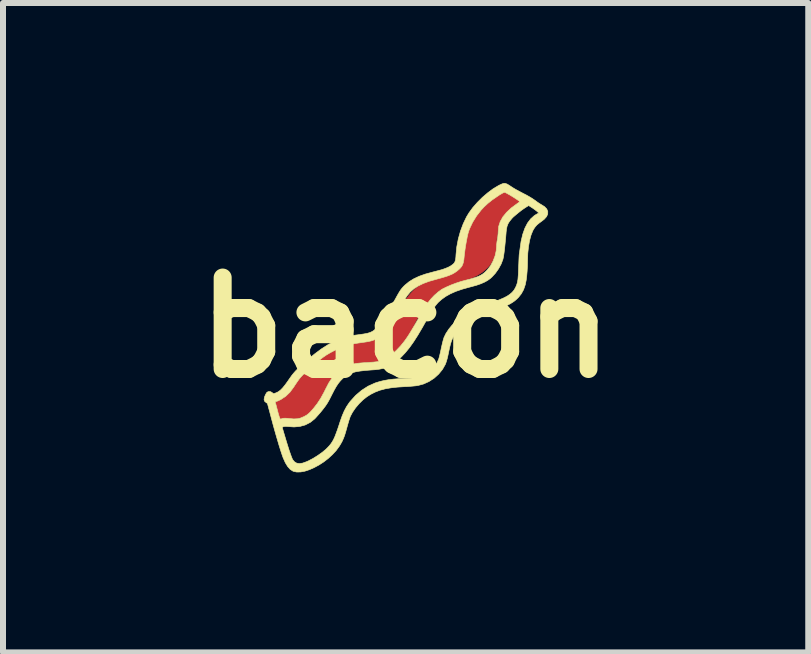
<source format=kicad_pcb>
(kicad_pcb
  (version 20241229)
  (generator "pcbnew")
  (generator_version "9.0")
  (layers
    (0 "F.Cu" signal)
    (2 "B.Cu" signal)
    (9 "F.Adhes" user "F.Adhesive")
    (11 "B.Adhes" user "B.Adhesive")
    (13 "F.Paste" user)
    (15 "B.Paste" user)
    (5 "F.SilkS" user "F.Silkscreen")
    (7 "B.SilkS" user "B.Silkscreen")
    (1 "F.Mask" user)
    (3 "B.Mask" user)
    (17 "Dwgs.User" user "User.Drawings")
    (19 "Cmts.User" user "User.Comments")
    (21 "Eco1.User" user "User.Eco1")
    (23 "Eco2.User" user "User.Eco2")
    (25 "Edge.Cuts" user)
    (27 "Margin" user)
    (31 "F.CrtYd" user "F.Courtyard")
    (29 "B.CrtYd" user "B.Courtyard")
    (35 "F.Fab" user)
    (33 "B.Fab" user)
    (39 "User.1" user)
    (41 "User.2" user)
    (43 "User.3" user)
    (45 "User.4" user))
  (footprint "bacon"
    (layer "F.Cu")
    (at 3.708 2.409)
    (property "Reference" "bacon" (at 0 0 0) (layer "F.SilkS") (effects (font (size 1.524 1.524) (thickness 0.3))))
    (attr through_hole)
    (fp_poly (pts (xy 1.685 -2.234) (xy 1.712 -2.219) (xy 1.75 -2.198) (xy 1.791 -2.173) (xy 1.818 -2.157) (xy 1.906 -2.103) (xy 1.832 -2.051) (xy 1.792 -2.021) (xy 1.748 -1.982) (xy 1.704 -1.942) (xy 1.684 -1.921) (xy 1.63 -1.86) (xy 1.591 -1.804) (xy 1.565 -1.747) (xy 1.548 -1.686) (xy 1.542 -1.645) (xy 1.537 -1.6) (xy 1.531 -1.555) (xy 1.526 -1.518) (xy 1.525 -1.515) (xy 1.521 -1.478) (xy 1.517 -1.433) (xy 1.516 -1.39) (xy 1.509 -1.292) (xy 1.491 -1.206) (xy 1.462 -1.131) (xy 1.419 -1.062) (xy 1.362 -0.995) (xy 1.355 -0.988) (xy 1.281 -0.925) (xy 1.193 -0.869) (xy 1.098 -0.824) (xy 1 -0.793) (xy 0.99 -0.79) (xy 0.9 -0.765) (xy 0.809 -0.733) (xy 0.719 -0.696) (xy 0.635 -0.654) (xy 0.562 -0.612) (xy 0.512 -0.576) (xy 0.483 -0.548) (xy 0.446 -0.508) (xy 0.404 -0.458) (xy 0.36 -0.402) (xy 0.316 -0.343) (xy 0.275 -0.283) (xy 0.238 -0.227) (xy 0.229 -0.212) (xy 0.203 -0.166) (xy 0.177 -0.115) (xy 0.154 -0.068) (xy 0.152 -0.061) (xy 0.112 0.02) (xy 0.06 0.107) (xy -0.001 0.194) (xy -0.066 0.278) (xy -0.133 0.353) (xy -0.161 0.382) (xy -0.22 0.435) (xy -0.273 0.476) (xy -0.328 0.511) (xy -0.382 0.538) (xy -0.411 0.551) (xy -0.437 0.559) (xy -0.465 0.565) (xy -0.5 0.568) (xy -0.549 0.57) (xy -0.553 0.571) (xy -0.669 0.576) (xy -0.768 0.586) (xy -0.853 0.6) (xy -0.928 0.619) (xy -0.993 0.644) (xy -1.052 0.676) (xy -1.108 0.715) (xy -1.153 0.755) (xy -1.194 0.796) (xy -1.231 0.841) (xy -1.267 0.894) (xy -1.304 0.957) (xy -1.343 1.034) (xy -1.358 1.063) (xy -1.396 1.137) (xy -1.441 1.211) (xy -1.489 1.282) (xy -1.537 1.346) (xy -1.582 1.399) (xy -1.608 1.424) (xy -1.67 1.469) (xy -1.741 1.499) (xy -1.82 1.514) (xy -1.911 1.514) (xy -1.942 1.512) (xy -2.001 1.507) (xy -2.043 1.51) (xy -2.057 1.512) (xy -2.079 1.517) (xy -2.091 1.517) (xy -2.092 1.516) (xy -2.096 1.504) (xy -2.104 1.478) (xy -2.114 1.442) (xy -2.126 1.4) (xy -2.137 1.356) (xy -2.148 1.315) (xy -2.157 1.28) (xy -2.162 1.256) (xy -2.164 1.248) (xy -2.156 1.238) (xy -2.135 1.226) (xy -2.124 1.222) (xy -2.052 1.189) (xy -1.983 1.137) (xy -1.916 1.067) (xy -1.852 0.979) (xy -1.841 0.96) (xy -1.818 0.924) (xy -1.794 0.89) (xy -1.766 0.856) (xy -1.734 0.82) (xy -1.696 0.781) (xy -1.651 0.737) (xy -1.596 0.686) (xy -1.53 0.628) (xy -1.452 0.559) (xy -1.421 0.533) (xy -1.361 0.487) (xy -1.288 0.44) (xy -1.206 0.394) (xy -1.121 0.353) (xy -1.037 0.318) (xy -0.959 0.292) (xy -0.956 0.291) (xy -0.921 0.283) (xy -0.874 0.274) (xy -0.819 0.265) (xy -0.763 0.256) (xy -0.751 0.255) (xy -0.678 0.244) (xy -0.621 0.235) (xy -0.577 0.226) (xy -0.543 0.216) (xy -0.515 0.205) (xy -0.504 0.2) (xy -0.471 0.178) (xy -0.432 0.144) (xy -0.393 0.103) (xy -0.357 0.059) (xy -0.346 0.042) (xy -0.322 0.009) (xy -0.299 -0.022) (xy -0.282 -0.042) (xy -0.267 -0.062) (xy -0.245 -0.093) (xy -0.22 -0.131) (xy -0.202 -0.16) (xy -0.129 -0.275) (xy -0.063 -0.375) (xy -0.003 -0.46) (xy 0.053 -0.532) (xy 0.106 -0.592) (xy 0.156 -0.642) (xy 0.192 -0.672) (xy 0.223 -0.695) (xy 0.255 -0.715) (xy 0.291 -0.733) (xy 0.333 -0.75) (xy 0.384 -0.767) (xy 0.448 -0.786) (xy 0.527 -0.807) (xy 0.536 -0.809) (xy 0.653 -0.844) (xy 0.752 -0.882) (xy 0.832 -0.923) (xy 0.894 -0.968) (xy 0.937 -1.017) (xy 0.945 -1.029) (xy 0.957 -1.052) (xy 0.965 -1.078) (xy 0.972 -1.111) (xy 0.977 -1.157) (xy 0.979 -1.177) (xy 0.991 -1.288) (xy 1.006 -1.394) (xy 1.025 -1.491) (xy 1.046 -1.577) (xy 1.068 -1.642) (xy 1.122 -1.76) (xy 1.194 -1.873) (xy 1.282 -1.979) (xy 1.385 -2.077) (xy 1.502 -2.167) (xy 1.527 -2.183) (xy 1.64 -2.256) (xy 1.685 -2.234)) (stroke (width 0.01) (type solid)) (fill yes) (layer "F.Cu"))
    (fp_poly (pts (xy 1.685 -2.234) (xy 1.712 -2.219) (xy 1.75 -2.198) (xy 1.791 -2.173) (xy 1.818 -2.157) (xy 1.906 -2.103) (xy 1.832 -2.051) (xy 1.792 -2.021) (xy 1.748 -1.982) (xy 1.704 -1.942) (xy 1.684 -1.921) (xy 1.63 -1.86) (xy 1.591 -1.804) (xy 1.565 -1.747) (xy 1.548 -1.686) (xy 1.542 -1.645) (xy 1.537 -1.6) (xy 1.531 -1.555) (xy 1.526 -1.518) (xy 1.525 -1.515) (xy 1.521 -1.478) (xy 1.517 -1.433) (xy 1.516 -1.39) (xy 1.509 -1.292) (xy 1.491 -1.206) (xy 1.462 -1.131) (xy 1.419 -1.062) (xy 1.362 -0.995) (xy 1.355 -0.988) (xy 1.281 -0.925) (xy 1.193 -0.869) (xy 1.098 -0.824) (xy 1 -0.793) (xy 0.99 -0.79) (xy 0.9 -0.765) (xy 0.809 -0.733) (xy 0.719 -0.696) (xy 0.635 -0.654) (xy 0.562 -0.612) (xy 0.512 -0.576) (xy 0.483 -0.548) (xy 0.446 -0.508) (xy 0.404 -0.458) (xy 0.36 -0.402) (xy 0.316 -0.343) (xy 0.275 -0.283) (xy 0.238 -0.227) (xy 0.229 -0.212) (xy 0.203 -0.166) (xy 0.177 -0.115) (xy 0.154 -0.068) (xy 0.152 -0.061) (xy 0.112 0.02) (xy 0.06 0.107) (xy -0.001 0.194) (xy -0.066 0.278) (xy -0.133 0.353) (xy -0.161 0.382) (xy -0.22 0.435) (xy -0.273 0.476) (xy -0.328 0.511) (xy -0.382 0.538) (xy -0.411 0.551) (xy -0.437 0.559) (xy -0.465 0.565) (xy -0.5 0.568) (xy -0.549 0.57) (xy -0.553 0.571) (xy -0.669 0.576) (xy -0.768 0.586) (xy -0.853 0.6) (xy -0.928 0.619) (xy -0.993 0.644) (xy -1.052 0.676) (xy -1.108 0.715) (xy -1.153 0.755) (xy -1.194 0.796) (xy -1.231 0.841) (xy -1.267 0.894) (xy -1.304 0.957) (xy -1.343 1.034) (xy -1.358 1.063) (xy -1.396 1.137) (xy -1.441 1.211) (xy -1.489 1.282) (xy -1.537 1.346) (xy -1.582 1.399) (xy -1.608 1.424) (xy -1.67 1.469) (xy -1.741 1.499) (xy -1.82 1.514) (xy -1.911 1.514) (xy -1.942 1.512) (xy -2.001 1.507) (xy -2.043 1.51) (xy -2.057 1.512) (xy -2.079 1.517) (xy -2.091 1.517) (xy -2.092 1.516) (xy -2.096 1.504) (xy -2.104 1.478) (xy -2.114 1.442) (xy -2.126 1.4) (xy -2.137 1.356) (xy -2.148 1.315) (xy -2.157 1.28) (xy -2.162 1.256) (xy -2.164 1.248) (xy -2.156 1.238) (xy -2.135 1.226) (xy -2.124 1.222) (xy -2.052 1.189) (xy -1.983 1.137) (xy -1.916 1.067) (xy -1.852 0.979) (xy -1.841 0.96) (xy -1.818 0.924) (xy -1.794 0.89) (xy -1.766 0.856) (xy -1.734 0.82) (xy -1.696 0.781) (xy -1.651 0.737) (xy -1.596 0.686) (xy -1.53 0.628) (xy -1.452 0.559) (xy -1.421 0.533) (xy -1.361 0.487) (xy -1.288 0.44) (xy -1.206 0.394) (xy -1.121 0.353) (xy -1.037 0.318) (xy -0.959 0.292) (xy -0.956 0.291) (xy -0.921 0.283) (xy -0.874 0.274) (xy -0.819 0.265) (xy -0.763 0.256) (xy -0.751 0.255) (xy -0.678 0.244) (xy -0.621 0.235) (xy -0.577 0.226) (xy -0.543 0.216) (xy -0.515 0.205) (xy -0.504 0.2) (xy -0.471 0.178) (xy -0.432 0.144) (xy -0.393 0.103) (xy -0.357 0.059) (xy -0.346 0.042) (xy -0.322 0.009) (xy -0.299 -0.022) (xy -0.282 -0.042) (xy -0.267 -0.062) (xy -0.245 -0.093) (xy -0.22 -0.131) (xy -0.202 -0.16) (xy -0.129 -0.275) (xy -0.063 -0.375) (xy -0.003 -0.46) (xy 0.053 -0.532) (xy 0.106 -0.592) (xy 0.156 -0.642) (xy 0.192 -0.672) (xy 0.223 -0.695) (xy 0.255 -0.715) (xy 0.291 -0.733) (xy 0.333 -0.75) (xy 0.384 -0.767) (xy 0.448 -0.786) (xy 0.527 -0.807) (xy 0.536 -0.809) (xy 0.653 -0.844) (xy 0.752 -0.882) (xy 0.832 -0.923) (xy 0.894 -0.968) (xy 0.937 -1.017) (xy 0.945 -1.029) (xy 0.957 -1.052) (xy 0.965 -1.078) (xy 0.972 -1.111) (xy 0.977 -1.157) (xy 0.979 -1.177) (xy 0.991 -1.288) (xy 1.006 -1.394) (xy 1.025 -1.491) (xy 1.046 -1.577) (xy 1.068 -1.642) (xy 1.122 -1.76) (xy 1.194 -1.873) (xy 1.282 -1.979) (xy 1.385 -2.077) (xy 1.502 -2.167) (xy 1.527 -2.183) (xy 1.64 -2.256) (xy 1.685 -2.234)) (stroke (width 0.01) (type solid)) (fill yes) (layer "F.Mask"))
    (fp_poly (pts (xy 1.665 -2.402) (xy 1.694 -2.391) (xy 1.73 -2.369) (xy 1.757 -2.351) (xy 1.791 -2.329) (xy 1.836 -2.302) (xy 1.888 -2.274) (xy 1.941 -2.246) (xy 1.956 -2.238) (xy 2.009 -2.211) (xy 2.062 -2.181) (xy 2.11 -2.152) (xy 2.148 -2.126) (xy 2.156 -2.121) (xy 2.192 -2.094) (xy 2.227 -2.07) (xy 2.255 -2.053) (xy 2.262 -2.049) (xy 2.316 -2.015) (xy 2.352 -1.977) (xy 2.369 -1.936) (xy 2.368 -1.893) (xy 2.349 -1.85) (xy 2.311 -1.807) (xy 2.278 -1.781) (xy 2.228 -1.744) (xy 2.19 -1.713) (xy 2.162 -1.682) (xy 2.139 -1.649) (xy 2.12 -1.616) (xy 2.09 -1.542) (xy 2.066 -1.453) (xy 2.048 -1.351) (xy 2.036 -1.239) (xy 2.032 -1.119) (xy 2.032 -1.113) (xy 2.03 -1.027) (xy 2.025 -0.941) (xy 2.018 -0.86) (xy 2.009 -0.789) (xy 1.997 -0.73) (xy 1.994 -0.715) (xy 1.966 -0.633) (xy 1.928 -0.564) (xy 1.879 -0.502) (xy 1.853 -0.477) (xy 1.819 -0.447) (xy 1.782 -0.421) (xy 1.739 -0.395) (xy 1.689 -0.37) (xy 1.628 -0.343) (xy 1.554 -0.314) (xy 1.466 -0.281) (xy 1.444 -0.274) (xy 1.311 -0.224) (xy 1.196 -0.174) (xy 1.097 -0.124) (xy 1.012 -0.073) (xy 0.941 -0.019) (xy 0.882 0.037) (xy 0.851 0.073) (xy 0.823 0.11) (xy 0.8 0.145) (xy 0.781 0.182) (xy 0.764 0.223) (xy 0.749 0.271) (xy 0.734 0.329) (xy 0.719 0.4) (xy 0.706 0.462) (xy 0.695 0.51) (xy 0.681 0.559) (xy 0.667 0.6) (xy 0.662 0.612) (xy 0.614 0.697) (xy 0.551 0.774) (xy 0.476 0.842) (xy 0.39 0.898) (xy 0.299 0.939) (xy 0.211 0.963) (xy 0.174 0.969) (xy 0.123 0.974) (xy 0.066 0.979) (xy 0.007 0.983) (xy -0.01 0.983) (xy -0.135 0.991) (xy -0.244 1.003) (xy -0.341 1.02) (xy -0.427 1.043) (xy -0.505 1.073) (xy -0.579 1.11) (xy -0.644 1.151) (xy -0.71 1.203) (xy -0.775 1.267) (xy -0.835 1.338) (xy -0.885 1.411) (xy -0.922 1.481) (xy -0.931 1.507) (xy -0.944 1.546) (xy -0.958 1.594) (xy -0.973 1.646) (xy -0.978 1.665) (xy -0.999 1.74) (xy -1.018 1.801) (xy -1.038 1.852) (xy -1.059 1.898) (xy -1.085 1.944) (xy -1.106 1.978) (xy -1.158 2.049) (xy -1.22 2.116) (xy -1.29 2.18) (xy -1.365 2.238) (xy -1.444 2.289) (xy -1.524 2.332) (xy -1.603 2.367) (xy -1.679 2.392) (xy -1.75 2.405) (xy -1.815 2.406) (xy -1.87 2.394) (xy -1.877 2.391) (xy -1.923 2.361) (xy -1.965 2.314) (xy -2.004 2.25) (xy -2.041 2.167) (xy -2.057 2.122) (xy -2.081 2.05) (xy -2.108 1.963) (xy -2.137 1.865) (xy -2.168 1.759) (xy -2.196 1.659) (xy -2.057 1.659) (xy -2.022 1.777) (xy -1.993 1.874) (xy -1.966 1.962) (xy -1.942 2.039) (xy -1.92 2.102) (xy -1.902 2.152) (xy -1.888 2.186) (xy -1.882 2.199) (xy -1.851 2.236) (xy -1.814 2.258) (xy -1.769 2.265) (xy -1.715 2.257) (xy -1.651 2.234) (xy -1.619 2.22) (xy -1.541 2.179) (xy -1.464 2.131) (xy -1.392 2.08) (xy -1.33 2.029) (xy -1.298 1.997) (xy -1.268 1.965) (xy -1.243 1.933) (xy -1.22 1.899) (xy -1.199 1.861) (xy -1.178 1.815) (xy -1.157 1.76) (xy -1.133 1.694) (xy -1.106 1.613) (xy -1.091 1.566) (xy -1.057 1.47) (xy -1.022 1.388) (xy -0.984 1.317) (xy -0.94 1.252) (xy -0.924 1.231) (xy -0.833 1.13) (xy -0.733 1.045) (xy -0.626 0.976) (xy -0.512 0.924) (xy -0.492 0.917) (xy -0.426 0.897) (xy -0.359 0.881) (xy -0.286 0.868) (xy -0.204 0.858) (xy -0.11 0.851) (xy -0.019 0.846) (xy 0.042 0.843) (xy 0.1 0.84) (xy 0.15 0.836) (xy 0.189 0.832) (xy 0.214 0.828) (xy 0.216 0.828) (xy 0.286 0.802) (xy 0.356 0.761) (xy 0.422 0.708) (xy 0.479 0.647) (xy 0.525 0.581) (xy 0.551 0.525) (xy 0.558 0.501) (xy 0.568 0.463) (xy 0.579 0.416) (xy 0.59 0.365) (xy 0.592 0.353) (xy 0.604 0.3) (xy 0.616 0.248) (xy 0.628 0.203) (xy 0.638 0.171) (xy 0.639 0.166) (xy 0.672 0.098) (xy 0.72 0.025) (xy 0.779 -0.047) (xy 0.83 -0.1) (xy 0.892 -0.157) (xy 0.952 -0.205) (xy 1.012 -0.247) (xy 1.077 -0.284) (xy 1.15 -0.318) (xy 1.233 -0.351) (xy 1.331 -0.385) (xy 1.364 -0.395) (xy 1.469 -0.43) (xy 1.557 -0.462) (xy 1.63 -0.493) (xy 1.689 -0.523) (xy 1.737 -0.555) (xy 1.776 -0.589) (xy 1.807 -0.626) (xy 1.831 -0.667) (xy 1.847 -0.703) (xy 1.855 -0.726) (xy 1.862 -0.749) (xy 1.867 -0.774) (xy 1.872 -0.805) (xy 1.875 -0.843) (xy 1.879 -0.892) (xy 1.881 -0.953) (xy 1.884 -1.029) (xy 1.886 -1.072) (xy 1.888 -1.123) (xy 1.89 -1.169) (xy 1.892 -1.205) (xy 1.894 -1.228) (xy 1.895 -1.232) (xy 1.899 -1.256) (xy 1.903 -1.288) (xy 1.905 -1.303) (xy 1.924 -1.438) (xy 1.952 -1.556) (xy 1.988 -1.658) (xy 2.032 -1.743) (xy 2.084 -1.812) (xy 2.144 -1.866) (xy 2.171 -1.883) (xy 2.22 -1.911) (xy 2.184 -1.942) (xy 2.154 -1.965) (xy 2.119 -1.99) (xy 2.099 -2.003) (xy 2.051 -2.034) (xy 2.016 -2.013) (xy 1.976 -1.987) (xy 1.929 -1.954) (xy 1.881 -1.916) (xy 1.835 -1.878) (xy 1.795 -1.844) (xy 1.767 -1.815) (xy 1.766 -1.813) (xy 1.731 -1.77) (xy 1.707 -1.731) (xy 1.691 -1.69) (xy 1.681 -1.642) (xy 1.674 -1.582) (xy 1.674 -1.577) (xy 1.666 -1.48) (xy 1.657 -1.39) (xy 1.649 -1.31) (xy 1.64 -1.241) (xy 1.632 -1.186) (xy 1.624 -1.148) (xy 1.622 -1.139) (xy 1.592 -1.06) (xy 1.549 -0.981) (xy 1.496 -0.906) (xy 1.438 -0.843) (xy 1.409 -0.817) (xy 1.364 -0.785) (xy 1.313 -0.757) (xy 1.253 -0.731) (xy 1.181 -0.706) (xy 1.095 -0.682) (xy 1.063 -0.674) (xy 0.942 -0.64) (xy 0.837 -0.604) (xy 0.747 -0.564) (xy 0.668 -0.52) (xy 0.599 -0.47) (xy 0.545 -0.422) (xy 0.528 -0.403) (xy 0.511 -0.383) (xy 0.493 -0.36) (xy 0.473 -0.332) (xy 0.45 -0.296) (xy 0.423 -0.252) (xy 0.391 -0.198) (xy 0.353 -0.132) (xy 0.307 -0.051) (xy 0.279 -0.001) (xy 0.204 0.126) (xy 0.133 0.237) (xy 0.064 0.334) (xy -0.003 0.416) (xy -0.07 0.487) (xy -0.139 0.548) (xy -0.211 0.6) (xy -0.247 0.623) (xy -0.293 0.648) (xy -0.338 0.668) (xy -0.385 0.682) (xy -0.44 0.693) (xy -0.505 0.701) (xy -0.578 0.706) (xy -0.678 0.714) (xy -0.761 0.724) (xy -0.832 0.736) (xy -0.891 0.753) (xy -0.942 0.774) (xy -0.987 0.8) (xy -1.03 0.832) (xy -1.048 0.848) (xy -1.085 0.885) (xy -1.12 0.928) (xy -1.155 0.98) (xy -1.19 1.042) (xy -1.23 1.12) (xy -1.239 1.138) (xy -1.271 1.201) (xy -1.301 1.254) (xy -1.334 1.304) (xy -1.375 1.358) (xy -1.387 1.373) (xy -1.422 1.416) (xy -1.457 1.456) (xy -1.488 1.491) (xy -1.511 1.516) (xy -1.516 1.521) (xy -1.589 1.579) (xy -1.671 1.621) (xy -1.76 1.646) (xy -1.859 1.655) (xy -1.961 1.648) (xy -1.994 1.646) (xy -2.023 1.648) (xy -2.033 1.65) (xy -2.057 1.659) (xy -2.196 1.659) (xy -2.199 1.649) (xy -2.229 1.538) (xy -2.235 1.515) (xy -2.252 1.451) (xy -2.267 1.393) (xy -2.281 1.343) (xy -2.291 1.305) (xy -2.298 1.279) (xy -2.3 1.27) (xy -2.312 1.255) (xy -2.326 1.246) (xy -2.335 1.239) (xy -2.17 1.239) (xy -2.169 1.249) (xy -2.165 1.264) (xy -2.157 1.293) (xy -2.147 1.332) (xy -2.135 1.377) (xy -2.135 1.378) (xy -2.119 1.438) (xy -2.106 1.481) (xy -2.096 1.508) (xy -2.088 1.522) (xy -2.084 1.524) (xy -2.073 1.521) (xy -2.054 1.514) (xy -2.032 1.51) (xy -1.999 1.509) (xy -1.952 1.513) (xy -1.933 1.515) (xy -1.863 1.521) (xy -1.803 1.518) (xy -1.75 1.506) (xy -1.698 1.484) (xy -1.687 1.479) (xy -1.65 1.458) (xy -1.618 1.434) (xy -1.587 1.405) (xy -1.552 1.366) (xy -1.534 1.345) (xy -1.472 1.265) (xy -1.415 1.178) (xy -1.361 1.079) (xy -1.332 1.021) (xy -1.281 0.923) (xy -1.229 0.843) (xy -1.173 0.776) (xy -1.112 0.721) (xy -1.044 0.676) (xy -1.005 0.655) (xy -0.96 0.634) (xy -0.917 0.618) (xy -0.872 0.606) (xy -0.822 0.597) (xy -0.762 0.59) (xy -0.689 0.584) (xy -0.649 0.582) (xy -0.59 0.578) (xy -0.534 0.574) (xy -0.485 0.569) (xy -0.448 0.564) (xy -0.428 0.56) (xy -0.365 0.535) (xy -0.297 0.496) (xy -0.226 0.444) (xy -0.156 0.381) (xy -0.09 0.311) (xy -0.079 0.299) (xy -0.046 0.258) (xy -0.015 0.219) (xy 0.014 0.178) (xy 0.044 0.134) (xy 0.076 0.083) (xy 0.112 0.023) (xy 0.154 -0.048) (xy 0.202 -0.132) (xy 0.238 -0.194) (xy 0.273 -0.255) (xy 0.307 -0.311) (xy 0.337 -0.36) (xy 0.361 -0.397) (xy 0.372 -0.415) (xy 0.422 -0.478) (xy 0.479 -0.539) (xy 0.54 -0.592) (xy 0.598 -0.634) (xy 0.613 -0.643) (xy 0.677 -0.675) (xy 0.754 -0.709) (xy 0.838 -0.741) (xy 0.923 -0.769) (xy 1.001 -0.79) (xy 1.082 -0.811) (xy 1.147 -0.831) (xy 1.2 -0.849) (xy 1.244 -0.869) (xy 1.281 -0.891) (xy 1.315 -0.917) (xy 1.348 -0.949) (xy 1.362 -0.964) (xy 1.415 -1.032) (xy 1.458 -1.111) (xy 1.491 -1.197) (xy 1.51 -1.284) (xy 1.515 -1.346) (xy 1.517 -1.383) (xy 1.522 -1.429) (xy 1.529 -1.473) (xy 1.529 -1.474) (xy 1.536 -1.519) (xy 1.541 -1.566) (xy 1.543 -1.604) (xy 1.551 -1.688) (xy 1.577 -1.768) (xy 1.621 -1.846) (xy 1.683 -1.921) (xy 1.762 -1.995) (xy 1.832 -2.047) (xy 1.862 -2.069) (xy 1.887 -2.086) (xy 1.901 -2.097) (xy 1.903 -2.098) (xy 1.898 -2.104) (xy 1.88 -2.118) (xy 1.852 -2.137) (xy 1.817 -2.16) (xy 1.779 -2.184) (xy 1.741 -2.207) (xy 1.705 -2.227) (xy 1.676 -2.243) (xy 1.664 -2.249) (xy 1.653 -2.252) (xy 1.641 -2.252) (xy 1.625 -2.246) (xy 1.602 -2.233) (xy 1.568 -2.213) (xy 1.532 -2.189) (xy 1.444 -2.128) (xy 1.37 -2.069) (xy 1.305 -2.008) (xy 1.261 -1.961) (xy 1.184 -1.863) (xy 1.118 -1.757) (xy 1.067 -1.649) (xy 1.053 -1.61) (xy 1.04 -1.568) (xy 1.027 -1.511) (xy 1.014 -1.444) (xy 1.001 -1.372) (xy 0.99 -1.298) (xy 0.981 -1.227) (xy 0.977 -1.192) (xy 0.971 -1.131) (xy 0.962 -1.084) (xy 0.95 -1.048) (xy 0.934 -1.018) (xy 0.91 -0.99) (xy 0.892 -0.972) (xy 0.857 -0.943) (xy 0.82 -0.917) (xy 0.78 -0.894) (xy 0.732 -0.873) (xy 0.674 -0.852) (xy 0.604 -0.831) (xy 0.518 -0.807) (xy 0.503 -0.803) (xy 0.39 -0.771) (xy 0.293 -0.735) (xy 0.21 -0.694) (xy 0.139 -0.648) (xy 0.078 -0.594) (xy 0.025 -0.531) (xy -0.023 -0.456) (xy -0.043 -0.42) (xy -0.064 -0.383) (xy -0.091 -0.338) (xy -0.12 -0.292) (xy -0.136 -0.269) (xy -0.198 -0.178) (xy -0.251 -0.1) (xy -0.295 -0.036) (xy -0.332 0.017) (xy -0.363 0.06) (xy -0.389 0.094) (xy -0.41 0.121) (xy -0.429 0.141) (xy -0.445 0.157) (xy -0.461 0.169) (xy -0.477 0.179) (xy -0.494 0.189) (xy -0.498 0.191) (xy -0.522 0.203) (xy -0.547 0.214) (xy -0.577 0.222) (xy -0.615 0.231) (xy -0.663 0.239) (xy -0.725 0.248) (xy -0.775 0.255) (xy -0.87 0.27) (xy -0.953 0.289) (xy -1.031 0.313) (xy -1.111 0.346) (xy -1.196 0.387) (xy -1.262 0.422) (xy -1.319 0.456) (xy -1.373 0.493) (xy -1.429 0.536) (xy -1.49 0.589) (xy -1.509 0.605) (xy -1.552 0.644) (xy -1.599 0.685) (xy -1.643 0.724) (xy -1.667 0.746) (xy -1.704 0.78) (xy -1.736 0.814) (xy -1.768 0.851) (xy -1.801 0.896) (xy -1.839 0.952) (xy -1.864 0.991) (xy -1.928 1.077) (xy -1.997 1.144) (xy -2.072 1.194) (xy -2.081 1.199) (xy -2.114 1.215) (xy -2.142 1.227) (xy -2.159 1.232) (xy -2.161 1.232) (xy -2.17 1.239) (xy -2.335 1.239) (xy -2.349 1.227) (xy -2.358 1.197) (xy -2.351 1.157) (xy -2.343 1.137) (xy -2.329 1.107) (xy -2.315 1.084) (xy -2.307 1.075) (xy -2.279 1.064) (xy -2.248 1.068) (xy -2.223 1.083) (xy -2.209 1.095) (xy -2.197 1.099) (xy -2.179 1.094) (xy -2.16 1.087) (xy -2.124 1.07) (xy -2.087 1.043) (xy -2.05 1.006) (xy -2.009 0.956) (xy -1.962 0.891) (xy -1.949 0.872) (xy -1.919 0.829) (xy -1.892 0.791) (xy -1.864 0.757) (xy -1.835 0.724) (xy -1.8 0.689) (xy -1.759 0.649) (xy -1.708 0.603) (xy -1.646 0.548) (xy -1.64 0.542) (xy -1.519 0.441) (xy -1.405 0.356) (xy -1.294 0.285) (xy -1.185 0.228) (xy -1.075 0.183) (xy -0.962 0.149) (xy -0.845 0.126) (xy -0.777 0.117) (xy -0.699 0.106) (xy -0.638 0.095) (xy -0.589 0.08) (xy -0.55 0.061) (xy -0.518 0.038) (xy -0.503 0.024) (xy -0.483 0.000159) (xy -0.455 -0.037) (xy -0.421 -0.085) (xy -0.382 -0.141) (xy -0.342 -0.201) (xy -0.301 -0.264) (xy -0.261 -0.326) (xy -0.224 -0.385) (xy -0.193 -0.437) (xy -0.17 -0.478) (xy -0.136 -0.54) (xy -0.108 -0.588) (xy -0.084 -0.626) (xy -0.06 -0.657) (xy -0.034 -0.686) (xy -0.008 -0.711) (xy 0.058 -0.765) (xy 0.135 -0.813) (xy 0.224 -0.855) (xy 0.328 -0.892) (xy 0.449 -0.925) (xy 0.456 -0.927) (xy 0.541 -0.949) (xy 0.611 -0.968) (xy 0.666 -0.988) (xy 0.712 -1.007) (xy 0.749 -1.027) (xy 0.762 -1.036) (xy 0.791 -1.057) (xy 0.811 -1.078) (xy 0.824 -1.103) (xy 0.833 -1.135) (xy 0.838 -1.18) (xy 0.84 -1.218) (xy 0.853 -1.347) (xy 0.878 -1.478) (xy 0.914 -1.607) (xy 0.96 -1.73) (xy 1.014 -1.843) (xy 1.055 -1.911) (xy 1.119 -1.999) (xy 1.195 -2.086) (xy 1.279 -2.17) (xy 1.368 -2.246) (xy 1.458 -2.313) (xy 1.546 -2.366) (xy 1.578 -2.382) (xy 1.612 -2.397) (xy 1.64 -2.404) (xy 1.665 -2.402)) (stroke (width 0.01) (type solid)) (fill yes) (layer "F.SilkS")))
  (gr_rect
    (start -3 -3)
    (end 10.417 7.82)
    (stroke (width 0.1) (type default))
    (fill no)
    (layer "Edge.Cuts")))
</source>
